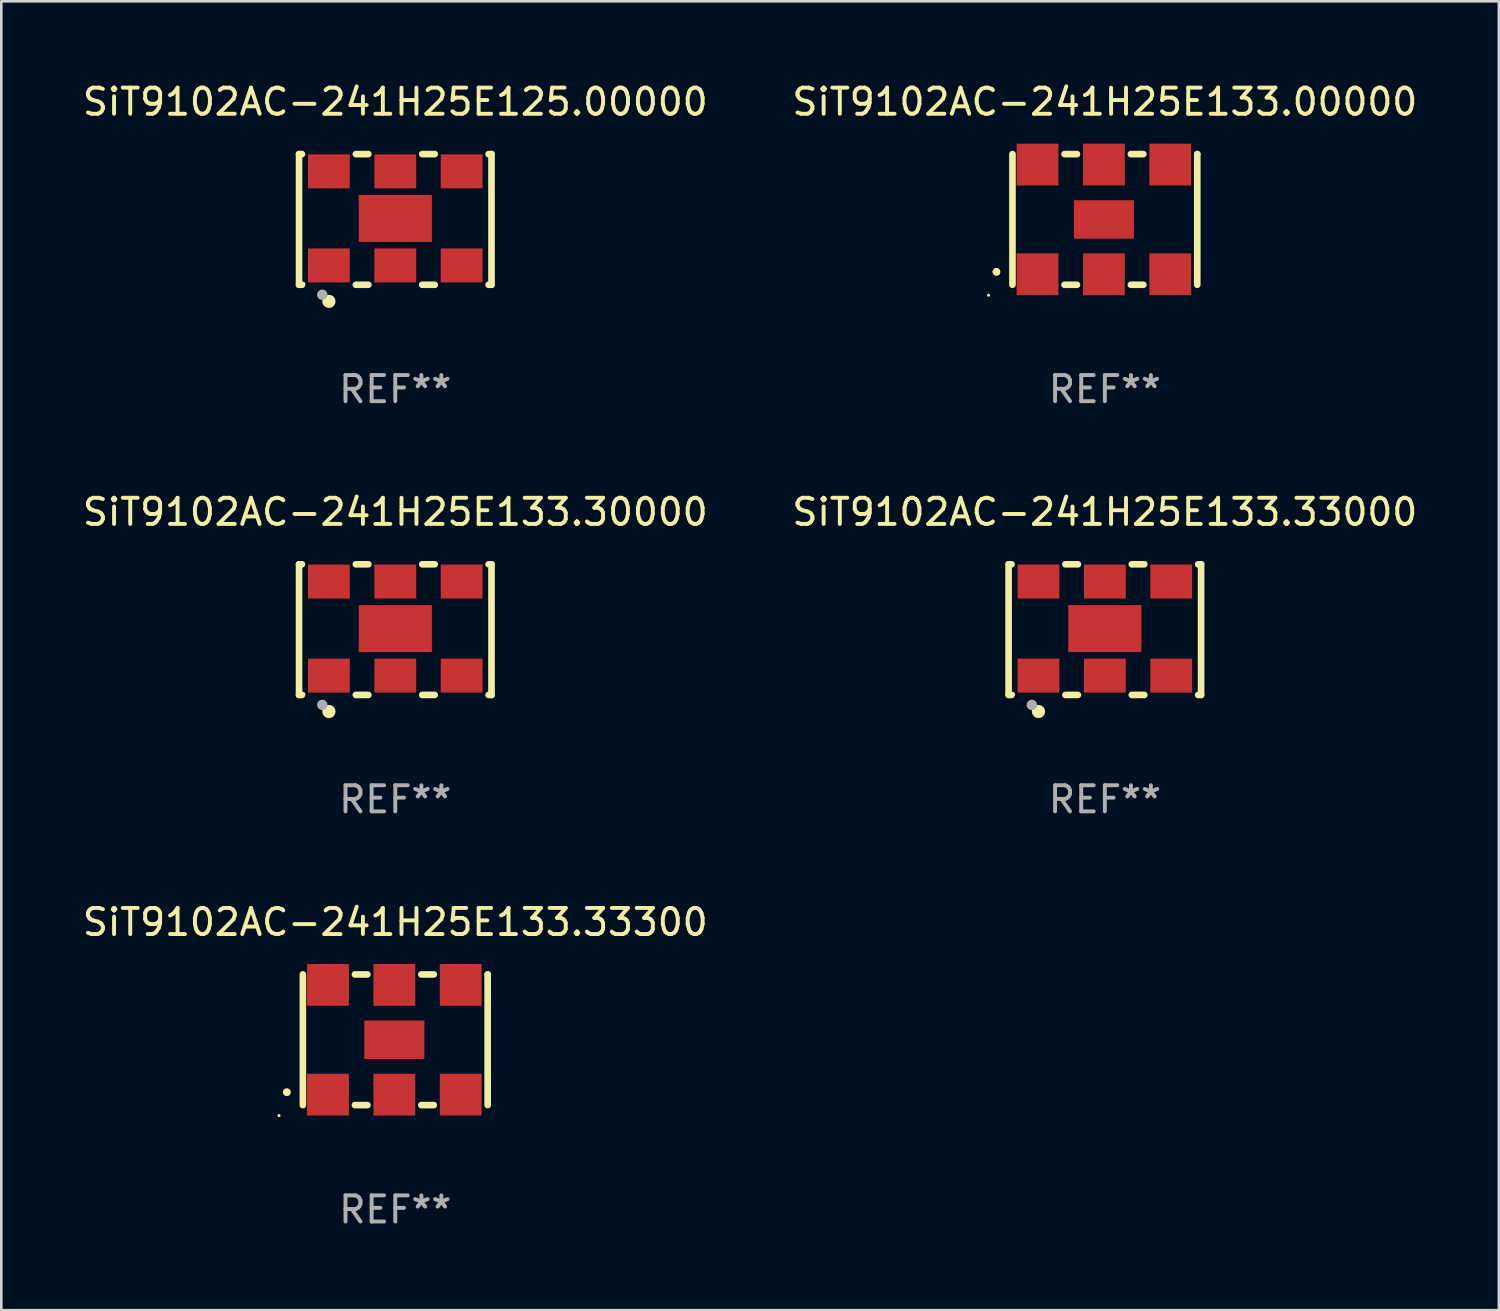
<source format=kicad_pcb>
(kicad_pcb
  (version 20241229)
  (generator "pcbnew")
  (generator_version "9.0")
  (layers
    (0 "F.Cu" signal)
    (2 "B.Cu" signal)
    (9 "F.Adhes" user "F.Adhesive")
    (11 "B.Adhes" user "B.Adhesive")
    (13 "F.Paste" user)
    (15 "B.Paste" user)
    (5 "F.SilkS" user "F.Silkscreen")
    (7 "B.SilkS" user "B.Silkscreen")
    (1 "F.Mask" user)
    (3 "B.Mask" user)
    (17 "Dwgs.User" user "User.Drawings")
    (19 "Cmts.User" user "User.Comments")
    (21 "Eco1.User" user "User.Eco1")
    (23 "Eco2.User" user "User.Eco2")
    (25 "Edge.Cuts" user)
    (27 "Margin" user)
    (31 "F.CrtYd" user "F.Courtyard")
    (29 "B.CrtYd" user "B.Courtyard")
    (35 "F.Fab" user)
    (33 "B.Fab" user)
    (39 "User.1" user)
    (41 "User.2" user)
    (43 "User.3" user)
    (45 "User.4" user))
  (footprint "SiT9102AC-241H25E133.33000"
    (layer "F.Cu")
    (at 39.232 21.045)
    (property "Reference" "SiT9102AC-241H25E133.33000" (at 0 -4.5 0) (layer "F.SilkS") (effects (font (size 1 1) (thickness 0.15))))
    (attr through_hole)
    (fp_line (start -3.683 -2.5) (end -3.571 -2.5) (stroke (width 0.254) (type solid)) (layer "F.SilkS"))
    (fp_line (start -3.683 2.5) (end -3.683 -2.5) (stroke (width 0.254) (type solid)) (layer "F.SilkS"))
    (fp_line (start -3.683 2.5) (end -3.571 2.5) (stroke (width 0.254) (type solid)) (layer "F.SilkS"))
    (fp_line (start -1.509 -2.5) (end -1.031 -2.5) (stroke (width 0.254) (type solid)) (layer "F.SilkS"))
    (fp_line (start -1.509 2.5) (end -1.031 2.5) (stroke (width 0.254) (type solid)) (layer "F.SilkS"))
    (fp_line (start 1.031 -2.5) (end 1.509 -2.5) (stroke (width 0.254) (type solid)) (layer "F.SilkS"))
    (fp_line (start 1.031 2.5) (end 1.509 2.5) (stroke (width 0.254) (type solid)) (layer "F.SilkS"))
    (fp_line (start 3.571 -2.5) (end 3.683 -2.5) (stroke (width 0.254) (type solid)) (layer "F.SilkS"))
    (fp_line (start 3.571 2.5) (end 3.683 2.5) (stroke (width 0.254) (type solid)) (layer "F.SilkS"))
    (fp_line (start 3.683 2.5) (end 3.683 -2.5) (stroke (width 0.254) (type solid)) (layer "F.SilkS"))
    (fp_circle (center -3.5 2.46) (end -3.47 2.46) (stroke (width 0.06) (type solid)) (fill no) (layer "F.SilkS"))
    (fp_circle (center -2.54 3.135) (end -2.413 3.135) (stroke (width 0.254) (type solid)) (fill no) (layer "F.SilkS"))
    (fp_circle (center -2.794 2.881) (end -2.694 2.881) (stroke (width 0.2) (type solid)) (fill no) (layer "F.Fab"))
    (fp_text user "REF**" (at 0 6.5 0) (layer "F.Fab") (effects (font (size 1 1) (thickness 0.15))))
    (pad "1" smd rect (at -2.54 1.76) (size 1.6 1.3) (layers "F.Cu" "F.Mask" "F.Paste"))
    (pad "2" smd rect (at 0 1.76) (size 1.6 1.3) (layers "F.Cu" "F.Mask" "F.Paste"))
    (pad "3" smd rect (at 2.54 1.76) (size 1.6 1.3) (layers "F.Cu" "F.Mask" "F.Paste"))
    (pad "4" smd rect (at 2.54 -1.84) (size 1.6 1.3) (layers "F.Cu" "F.Mask" "F.Paste"))
    (pad "5" smd rect (at 0 -1.84) (size 1.6 1.3) (layers "F.Cu" "F.Mask" "F.Paste"))
    (pad "6" smd rect (at -2.54 -1.84) (size 1.6 1.3) (layers "F.Cu" "F.Mask" "F.Paste"))
    (pad "7" smd rect (at 0 -0.04) (size 2.8 1.8) (layers "F.Cu" "F.Mask" "F.Paste")))
  (footprint "SiT9102AC-241H25E133.33300"
    (layer "F.Cu")
    (at 12.077 36.741)
    (property "Reference" "SiT9102AC-241H25E133.33300" (at 0 -4.5 0) (layer "F.SilkS") (effects (font (size 1 1) (thickness 0.15))))
    (attr through_hole)
    (fp_line (start -3.536 -2.5) (end -3.536 2.5) (stroke (width 0.254) (type solid)) (layer "F.SilkS"))
    (fp_line (start -1.544 2.5) (end -1.067 2.5) (stroke (width 0.254) (type solid)) (layer "F.SilkS"))
    (fp_line (start -1.067 -2.5) (end -1.544 -2.5) (stroke (width 0.254) (type solid)) (layer "F.SilkS"))
    (fp_line (start 0.996 2.5) (end 1.473 2.5) (stroke (width 0.254) (type solid)) (layer "F.SilkS"))
    (fp_line (start 1.473 -2.5) (end 0.996 -2.5) (stroke (width 0.254) (type solid)) (layer "F.SilkS"))
    (fp_line (start 3.536 -2.5) (end 3.536 -2.5) (stroke (width 0.254) (type solid)) (layer "F.SilkS"))
    (fp_line (start 3.536 2.5) (end 3.536 -2.5) (stroke (width 0.254) (type solid)) (layer "F.SilkS"))
    (fp_arc (start -4.150432 2.006604) (mid -4.149162 2.006599) (end -4.147892 2.006604) (stroke (width 0.3) (type solid)) (layer "F.SilkS"))
    (fp_circle (center -4.449 2.9) (end -4.419 2.9) (stroke (width 0.06) (type solid)) (fill no) (layer "F.SilkS"))
    (fp_text user "REF**" (at 0 6.5 0) (layer "F.Fab") (effects (font (size 1 1) (thickness 0.15))))
    (pad "1" smd rect (at -2.576 2.1) (size 1.6 1.6) (layers "F.Cu" "F.Mask" "F.Paste"))
    (pad "2" smd rect (at -0.036 2.1) (size 1.6 1.6) (layers "F.Cu" "F.Mask" "F.Paste"))
    (pad "3" smd rect (at 2.504 2.1) (size 1.6 1.6) (layers "F.Cu" "F.Mask" "F.Paste"))
    (pad "4" smd rect (at 2.504 -2.1) (size 1.6 1.6) (layers "F.Cu" "F.Mask" "F.Paste"))
    (pad "5" smd rect (at -0.036 -2.1) (size 1.6 1.6) (layers "F.Cu" "F.Mask" "F.Paste"))
    (pad "6" smd rect (at -2.576 -2.1) (size 1.6 1.6) (layers "F.Cu" "F.Mask" "F.Paste"))
    (pad "7" smd rect (at -0.036 0) (size 2.3 1.47) (layers "F.Cu" "F.Mask" "F.Paste")))
  (footprint "SiT9102AC-241H25E133.00000"
    (layer "F.Cu")
    (at 39.232 5.348)
    (property "Reference" "SiT9102AC-241H25E133.00000" (at 0 -4.5 0) (layer "F.SilkS") (effects (font (size 1 1) (thickness 0.15))))
    (attr through_hole)
    (fp_line (start -3.536 -2.5) (end -3.536 2.5) (stroke (width 0.254) (type solid)) (layer "F.SilkS"))
    (fp_line (start -1.544 2.5) (end -1.067 2.5) (stroke (width 0.254) (type solid)) (layer "F.SilkS"))
    (fp_line (start -1.067 -2.5) (end -1.544 -2.5) (stroke (width 0.254) (type solid)) (layer "F.SilkS"))
    (fp_line (start 0.996 2.5) (end 1.473 2.5) (stroke (width 0.254) (type solid)) (layer "F.SilkS"))
    (fp_line (start 1.473 -2.5) (end 0.996 -2.5) (stroke (width 0.254) (type solid)) (layer "F.SilkS"))
    (fp_line (start 3.536 -2.5) (end 3.536 -2.5) (stroke (width 0.254) (type solid)) (layer "F.SilkS"))
    (fp_line (start 3.536 2.5) (end 3.536 -2.5) (stroke (width 0.254) (type solid)) (layer "F.SilkS"))
    (fp_arc (start -4.150432 2.006604) (mid -4.149162 2.006599) (end -4.147892 2.006604) (stroke (width 0.3) (type solid)) (layer "F.SilkS"))
    (fp_circle (center -4.449 2.9) (end -4.419 2.9) (stroke (width 0.06) (type solid)) (fill no) (layer "F.SilkS"))
    (fp_text user "REF**" (at 0 6.5 0) (layer "F.Fab") (effects (font (size 1 1) (thickness 0.15))))
    (pad "1" smd rect (at -2.576 2.1) (size 1.6 1.6) (layers "F.Cu" "F.Mask" "F.Paste"))
    (pad "2" smd rect (at -0.036 2.1) (size 1.6 1.6) (layers "F.Cu" "F.Mask" "F.Paste"))
    (pad "3" smd rect (at 2.504 2.1) (size 1.6 1.6) (layers "F.Cu" "F.Mask" "F.Paste"))
    (pad "4" smd rect (at 2.504 -2.1) (size 1.6 1.6) (layers "F.Cu" "F.Mask" "F.Paste"))
    (pad "5" smd rect (at -0.036 -2.1) (size 1.6 1.6) (layers "F.Cu" "F.Mask" "F.Paste"))
    (pad "6" smd rect (at -2.576 -2.1) (size 1.6 1.6) (layers "F.Cu" "F.Mask" "F.Paste"))
    (pad "7" smd rect (at -0.036 0) (size 2.3 1.47) (layers "F.Cu" "F.Mask" "F.Paste")))
  (footprint "SiT9102AC-241H25E125.00000"
    (layer "F.Cu")
    (at 12.077 5.348)
    (property "Reference" "SiT9102AC-241H25E125.00000" (at 0 -4.5 0) (layer "F.SilkS") (effects (font (size 1 1) (thickness 0.15))))
    (attr through_hole)
    (fp_line (start -3.683 -2.5) (end -3.571 -2.5) (stroke (width 0.254) (type solid)) (layer "F.SilkS"))
    (fp_line (start -3.683 2.5) (end -3.683 -2.5) (stroke (width 0.254) (type solid)) (layer "F.SilkS"))
    (fp_line (start -3.683 2.5) (end -3.571 2.5) (stroke (width 0.254) (type solid)) (layer "F.SilkS"))
    (fp_line (start -1.509 -2.5) (end -1.031 -2.5) (stroke (width 0.254) (type solid)) (layer "F.SilkS"))
    (fp_line (start -1.509 2.5) (end -1.031 2.5) (stroke (width 0.254) (type solid)) (layer "F.SilkS"))
    (fp_line (start 1.031 -2.5) (end 1.509 -2.5) (stroke (width 0.254) (type solid)) (layer "F.SilkS"))
    (fp_line (start 1.031 2.5) (end 1.509 2.5) (stroke (width 0.254) (type solid)) (layer "F.SilkS"))
    (fp_line (start 3.571 -2.5) (end 3.683 -2.5) (stroke (width 0.254) (type solid)) (layer "F.SilkS"))
    (fp_line (start 3.571 2.5) (end 3.683 2.5) (stroke (width 0.254) (type solid)) (layer "F.SilkS"))
    (fp_line (start 3.683 2.5) (end 3.683 -2.5) (stroke (width 0.254) (type solid)) (layer "F.SilkS"))
    (fp_circle (center -3.5 2.46) (end -3.47 2.46) (stroke (width 0.06) (type solid)) (fill no) (layer "F.SilkS"))
    (fp_circle (center -2.54 3.135) (end -2.413 3.135) (stroke (width 0.254) (type solid)) (fill no) (layer "F.SilkS"))
    (fp_circle (center -2.794 2.881) (end -2.694 2.881) (stroke (width 0.2) (type solid)) (fill no) (layer "F.Fab"))
    (fp_text user "REF**" (at 0 6.5 0) (layer "F.Fab") (effects (font (size 1 1) (thickness 0.15))))
    (pad "1" smd rect (at -2.54 1.76) (size 1.6 1.3) (layers "F.Cu" "F.Mask" "F.Paste"))
    (pad "2" smd rect (at 0 1.76) (size 1.6 1.3) (layers "F.Cu" "F.Mask" "F.Paste"))
    (pad "3" smd rect (at 2.54 1.76) (size 1.6 1.3) (layers "F.Cu" "F.Mask" "F.Paste"))
    (pad "4" smd rect (at 2.54 -1.84) (size 1.6 1.3) (layers "F.Cu" "F.Mask" "F.Paste"))
    (pad "5" smd rect (at 0 -1.84) (size 1.6 1.3) (layers "F.Cu" "F.Mask" "F.Paste"))
    (pad "6" smd rect (at -2.54 -1.84) (size 1.6 1.3) (layers "F.Cu" "F.Mask" "F.Paste"))
    (pad "7" smd rect (at 0 -0.04) (size 2.8 1.8) (layers "F.Cu" "F.Mask" "F.Paste")))
  (footprint "SiT9102AC-241H25E133.30000"
    (layer "F.Cu")
    (at 12.077 21.045)
    (property "Reference" "SiT9102AC-241H25E133.30000" (at 0 -4.5 0) (layer "F.SilkS") (effects (font (size 1 1) (thickness 0.15))))
    (attr through_hole)
    (fp_line (start -3.683 -2.5) (end -3.571 -2.5) (stroke (width 0.254) (type solid)) (layer "F.SilkS"))
    (fp_line (start -3.683 2.5) (end -3.683 -2.5) (stroke (width 0.254) (type solid)) (layer "F.SilkS"))
    (fp_line (start -3.683 2.5) (end -3.571 2.5) (stroke (width 0.254) (type solid)) (layer "F.SilkS"))
    (fp_line (start -1.509 -2.5) (end -1.031 -2.5) (stroke (width 0.254) (type solid)) (layer "F.SilkS"))
    (fp_line (start -1.509 2.5) (end -1.031 2.5) (stroke (width 0.254) (type solid)) (layer "F.SilkS"))
    (fp_line (start 1.031 -2.5) (end 1.509 -2.5) (stroke (width 0.254) (type solid)) (layer "F.SilkS"))
    (fp_line (start 1.031 2.5) (end 1.509 2.5) (stroke (width 0.254) (type solid)) (layer "F.SilkS"))
    (fp_line (start 3.571 -2.5) (end 3.683 -2.5) (stroke (width 0.254) (type solid)) (layer "F.SilkS"))
    (fp_line (start 3.571 2.5) (end 3.683 2.5) (stroke (width 0.254) (type solid)) (layer "F.SilkS"))
    (fp_line (start 3.683 2.5) (end 3.683 -2.5) (stroke (width 0.254) (type solid)) (layer "F.SilkS"))
    (fp_circle (center -3.5 2.46) (end -3.47 2.46) (stroke (width 0.06) (type solid)) (fill no) (layer "F.SilkS"))
    (fp_circle (center -2.54 3.135) (end -2.413 3.135) (stroke (width 0.254) (type solid)) (fill no) (layer "F.SilkS"))
    (fp_circle (center -2.794 2.881) (end -2.694 2.881) (stroke (width 0.2) (type solid)) (fill no) (layer "F.Fab"))
    (fp_text user "REF**" (at 0 6.5 0) (layer "F.Fab") (effects (font (size 1 1) (thickness 0.15))))
    (pad "1" smd rect (at -2.54 1.76) (size 1.6 1.3) (layers "F.Cu" "F.Mask" "F.Paste"))
    (pad "2" smd rect (at 0 1.76) (size 1.6 1.3) (layers "F.Cu" "F.Mask" "F.Paste"))
    (pad "3" smd rect (at 2.54 1.76) (size 1.6 1.3) (layers "F.Cu" "F.Mask" "F.Paste"))
    (pad "4" smd rect (at 2.54 -1.84) (size 1.6 1.3) (layers "F.Cu" "F.Mask" "F.Paste"))
    (pad "5" smd rect (at 0 -1.84) (size 1.6 1.3) (layers "F.Cu" "F.Mask" "F.Paste"))
    (pad "6" smd rect (at -2.54 -1.84) (size 1.6 1.3) (layers "F.Cu" "F.Mask" "F.Paste"))
    (pad "7" smd rect (at 0 -0.04) (size 2.8 1.8) (layers "F.Cu" "F.Mask" "F.Paste")))
  (gr_rect
    (start -3 -3)
    (end 54.31 47.09)
    (stroke (width 0.1) (type default))
    (fill no)
    (layer "Edge.Cuts")))
</source>
